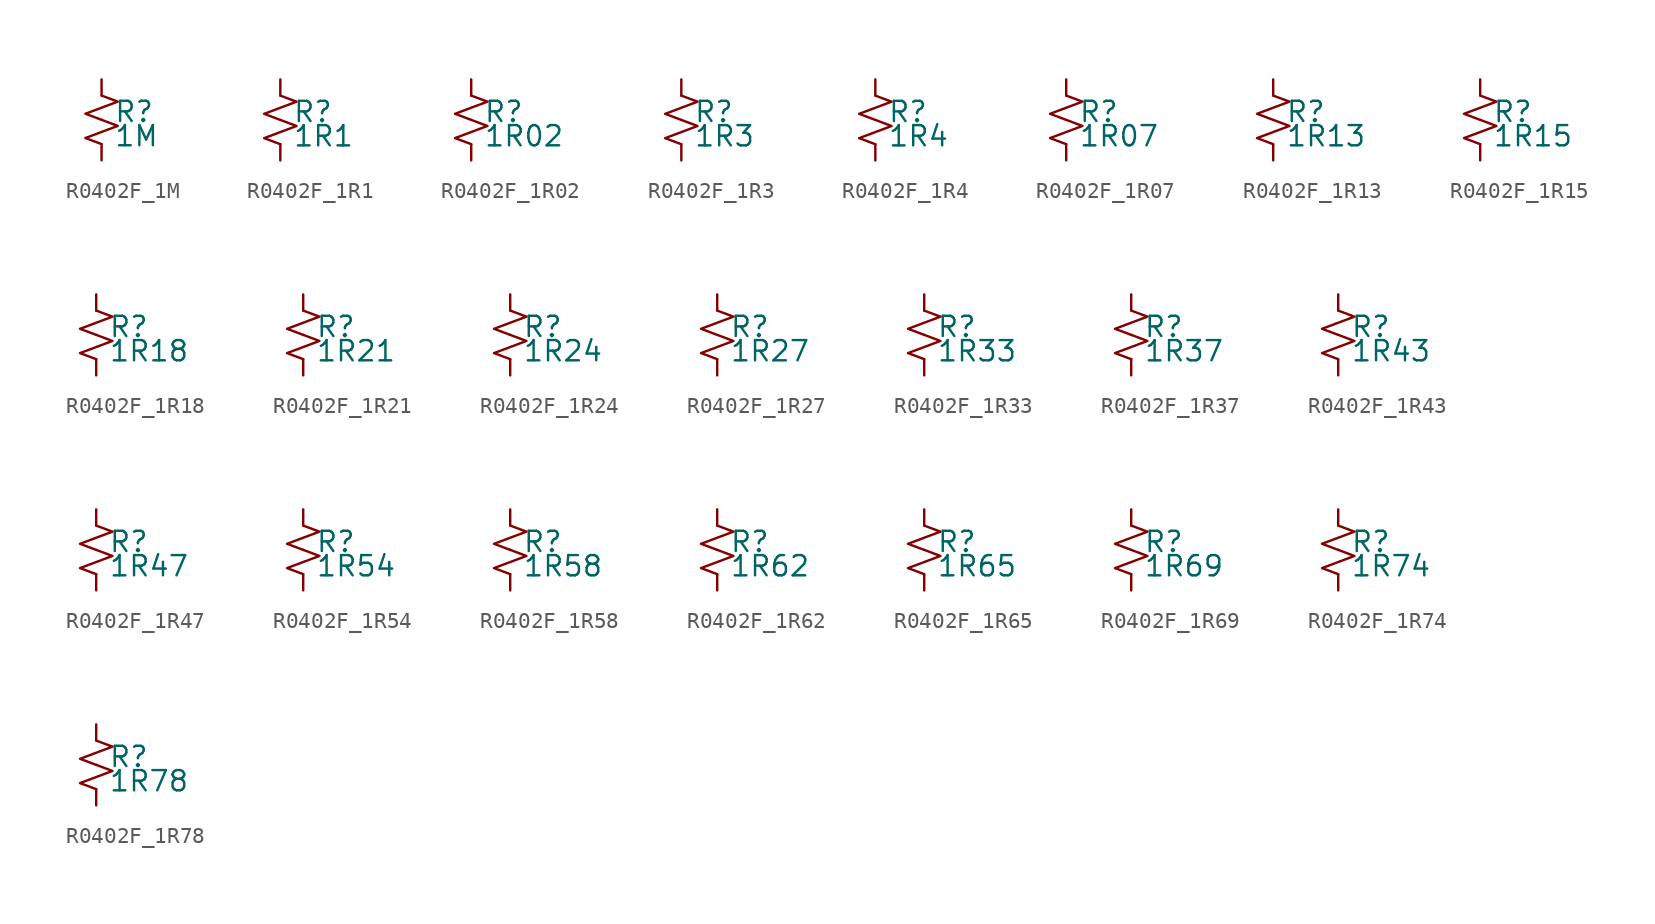
<source format=kicad_sym>
(kicad_symbol_lib
  (version 20220914)
  (generator kicad_symbol_editor)
  (symbol "R0402F_1M"
    (pin_numbers hide)
    (pin_names
      (offset 0.254) hide)
    (property "Reference" "R"
      (at 0.762 0.508 0)
      (effects (font (size 1.27 1.27)) (justify left)))
    (property "Value" "1M"
      (at 0.762 -1.016 0)
      (effects (font (size 1.27 1.27)) (justify left)))
    (symbol "R0402F_1M_1_1"
      (polyline (pts (xy 0 0) (xy 1.016 -0.381) (xy 0 -0.762) (xy -1.016 -1.143) (xy 0 -1.524)) (stroke (width 0) (type default)) (fill (type none)))
      (polyline (pts (xy 0 1.524) (xy 1.016 1.143) (xy 0 0.762) (xy -1.016 0.381) (xy 0 0)) (stroke (width 0) (type default)) (fill (type none)))
      (pin passive line (at 0 2.54 270) (length 1.016) (name "~" (effects (font (size 1.27 1.27)))) (number "1" (effects (font (size 1.27 1.27)))))
      (pin passive line (at 0 -2.54 90) (length 1.016) (name "~" (effects (font (size 1.27 1.27)))) (number "2" (effects (font (size 1.27 1.27)))))))
  (symbol "R0402F_1R1"
    (pin_numbers hide)
    (pin_names
      (offset 0.254) hide)
    (property "Reference" "R"
      (at 0.762 0.508 0)
      (effects (font (size 1.27 1.27)) (justify left)))
    (property "Value" "1R1"
      (at 0.762 -1.016 0)
      (effects (font (size 1.27 1.27)) (justify left)))
    (symbol "R0402F_1R1_1_1"
      (polyline (pts (xy 0 0) (xy 1.016 -0.381) (xy 0 -0.762) (xy -1.016 -1.143) (xy 0 -1.524)) (stroke (width 0) (type default)) (fill (type none)))
      (polyline (pts (xy 0 1.524) (xy 1.016 1.143) (xy 0 0.762) (xy -1.016 0.381) (xy 0 0)) (stroke (width 0) (type default)) (fill (type none)))
      (pin passive line (at 0 2.54 270) (length 1.016) (name "~" (effects (font (size 1.27 1.27)))) (number "1" (effects (font (size 1.27 1.27)))))
      (pin passive line (at 0 -2.54 90) (length 1.016) (name "~" (effects (font (size 1.27 1.27)))) (number "2" (effects (font (size 1.27 1.27)))))))
  (symbol "R0402F_1R02"
    (pin_numbers hide)
    (pin_names
      (offset 0.254) hide)
    (property "Reference" "R"
      (at 0.762 0.508 0)
      (effects (font (size 1.27 1.27)) (justify left)))
    (property "Value" "1R02"
      (at 0.762 -1.016 0)
      (effects (font (size 1.27 1.27)) (justify left)))
    (symbol "R0402F_1R02_1_1"
      (polyline (pts (xy 0 0) (xy 1.016 -0.381) (xy 0 -0.762) (xy -1.016 -1.143) (xy 0 -1.524)) (stroke (width 0) (type default)) (fill (type none)))
      (polyline (pts (xy 0 1.524) (xy 1.016 1.143) (xy 0 0.762) (xy -1.016 0.381) (xy 0 0)) (stroke (width 0) (type default)) (fill (type none)))
      (pin passive line (at 0 2.54 270) (length 1.016) (name "~" (effects (font (size 1.27 1.27)))) (number "1" (effects (font (size 1.27 1.27)))))
      (pin passive line (at 0 -2.54 90) (length 1.016) (name "~" (effects (font (size 1.27 1.27)))) (number "2" (effects (font (size 1.27 1.27)))))))
  (symbol "R0402F_1R3"
    (pin_numbers hide)
    (pin_names
      (offset 0.254) hide)
    (property "Reference" "R"
      (at 0.762 0.508 0)
      (effects (font (size 1.27 1.27)) (justify left)))
    (property "Value" "1R3"
      (at 0.762 -1.016 0)
      (effects (font (size 1.27 1.27)) (justify left)))
    (symbol "R0402F_1R3_1_1"
      (polyline (pts (xy 0 0) (xy 1.016 -0.381) (xy 0 -0.762) (xy -1.016 -1.143) (xy 0 -1.524)) (stroke (width 0) (type default)) (fill (type none)))
      (polyline (pts (xy 0 1.524) (xy 1.016 1.143) (xy 0 0.762) (xy -1.016 0.381) (xy 0 0)) (stroke (width 0) (type default)) (fill (type none)))
      (pin passive line (at 0 2.54 270) (length 1.016) (name "~" (effects (font (size 1.27 1.27)))) (number "1" (effects (font (size 1.27 1.27)))))
      (pin passive line (at 0 -2.54 90) (length 1.016) (name "~" (effects (font (size 1.27 1.27)))) (number "2" (effects (font (size 1.27 1.27)))))))
  (symbol "R0402F_1R4"
    (pin_numbers hide)
    (pin_names
      (offset 0.254) hide)
    (property "Reference" "R"
      (at 0.762 0.508 0)
      (effects (font (size 1.27 1.27)) (justify left)))
    (property "Value" "1R4"
      (at 0.762 -1.016 0)
      (effects (font (size 1.27 1.27)) (justify left)))
    (symbol "R0402F_1R4_1_1"
      (polyline (pts (xy 0 0) (xy 1.016 -0.381) (xy 0 -0.762) (xy -1.016 -1.143) (xy 0 -1.524)) (stroke (width 0) (type default)) (fill (type none)))
      (polyline (pts (xy 0 1.524) (xy 1.016 1.143) (xy 0 0.762) (xy -1.016 0.381) (xy 0 0)) (stroke (width 0) (type default)) (fill (type none)))
      (pin passive line (at 0 2.54 270) (length 1.016) (name "~" (effects (font (size 1.27 1.27)))) (number "1" (effects (font (size 1.27 1.27)))))
      (pin passive line (at 0 -2.54 90) (length 1.016) (name "~" (effects (font (size 1.27 1.27)))) (number "2" (effects (font (size 1.27 1.27)))))))
  (symbol "R0402F_1R07"
    (pin_numbers hide)
    (pin_names
      (offset 0.254) hide)
    (property "Reference" "R"
      (at 0.762 0.508 0)
      (effects (font (size 1.27 1.27)) (justify left)))
    (property "Value" "1R07"
      (at 0.762 -1.016 0)
      (effects (font (size 1.27 1.27)) (justify left)))
    (symbol "R0402F_1R07_1_1"
      (polyline (pts (xy 0 0) (xy 1.016 -0.381) (xy 0 -0.762) (xy -1.016 -1.143) (xy 0 -1.524)) (stroke (width 0) (type default)) (fill (type none)))
      (polyline (pts (xy 0 1.524) (xy 1.016 1.143) (xy 0 0.762) (xy -1.016 0.381) (xy 0 0)) (stroke (width 0) (type default)) (fill (type none)))
      (pin passive line (at 0 2.54 270) (length 1.016) (name "~" (effects (font (size 1.27 1.27)))) (number "1" (effects (font (size 1.27 1.27)))))
      (pin passive line (at 0 -2.54 90) (length 1.016) (name "~" (effects (font (size 1.27 1.27)))) (number "2" (effects (font (size 1.27 1.27)))))))
  (symbol "R0402F_1R13"
    (pin_numbers hide)
    (pin_names
      (offset 0.254) hide)
    (property "Reference" "R"
      (at 0.762 0.508 0)
      (effects (font (size 1.27 1.27)) (justify left)))
    (property "Value" "1R13"
      (at 0.762 -1.016 0)
      (effects (font (size 1.27 1.27)) (justify left)))
    (symbol "R0402F_1R13_1_1"
      (polyline (pts (xy 0 0) (xy 1.016 -0.381) (xy 0 -0.762) (xy -1.016 -1.143) (xy 0 -1.524)) (stroke (width 0) (type default)) (fill (type none)))
      (polyline (pts (xy 0 1.524) (xy 1.016 1.143) (xy 0 0.762) (xy -1.016 0.381) (xy 0 0)) (stroke (width 0) (type default)) (fill (type none)))
      (pin passive line (at 0 2.54 270) (length 1.016) (name "~" (effects (font (size 1.27 1.27)))) (number "1" (effects (font (size 1.27 1.27)))))
      (pin passive line (at 0 -2.54 90) (length 1.016) (name "~" (effects (font (size 1.27 1.27)))) (number "2" (effects (font (size 1.27 1.27)))))))
  (symbol "R0402F_1R15"
    (pin_numbers hide)
    (pin_names
      (offset 0.254) hide)
    (property "Reference" "R"
      (at 0.762 0.508 0)
      (effects (font (size 1.27 1.27)) (justify left)))
    (property "Value" "1R15"
      (at 0.762 -1.016 0)
      (effects (font (size 1.27 1.27)) (justify left)))
    (symbol "R0402F_1R15_1_1"
      (polyline (pts (xy 0 0) (xy 1.016 -0.381) (xy 0 -0.762) (xy -1.016 -1.143) (xy 0 -1.524)) (stroke (width 0) (type default)) (fill (type none)))
      (polyline (pts (xy 0 1.524) (xy 1.016 1.143) (xy 0 0.762) (xy -1.016 0.381) (xy 0 0)) (stroke (width 0) (type default)) (fill (type none)))
      (pin passive line (at 0 2.54 270) (length 1.016) (name "~" (effects (font (size 1.27 1.27)))) (number "1" (effects (font (size 1.27 1.27)))))
      (pin passive line (at 0 -2.54 90) (length 1.016) (name "~" (effects (font (size 1.27 1.27)))) (number "2" (effects (font (size 1.27 1.27)))))))
  (symbol "R0402F_1R18"
    (pin_numbers hide)
    (pin_names
      (offset 0.254) hide)
    (property "Reference" "R"
      (at 0.762 0.508 0)
      (effects (font (size 1.27 1.27)) (justify left)))
    (property "Value" "1R18"
      (at 0.762 -1.016 0)
      (effects (font (size 1.27 1.27)) (justify left)))
    (symbol "R0402F_1R18_1_1"
      (polyline (pts (xy 0 0) (xy 1.016 -0.381) (xy 0 -0.762) (xy -1.016 -1.143) (xy 0 -1.524)) (stroke (width 0) (type default)) (fill (type none)))
      (polyline (pts (xy 0 1.524) (xy 1.016 1.143) (xy 0 0.762) (xy -1.016 0.381) (xy 0 0)) (stroke (width 0) (type default)) (fill (type none)))
      (pin passive line (at 0 2.54 270) (length 1.016) (name "~" (effects (font (size 1.27 1.27)))) (number "1" (effects (font (size 1.27 1.27)))))
      (pin passive line (at 0 -2.54 90) (length 1.016) (name "~" (effects (font (size 1.27 1.27)))) (number "2" (effects (font (size 1.27 1.27)))))))
  (symbol "R0402F_1R21"
    (pin_numbers hide)
    (pin_names
      (offset 0.254) hide)
    (property "Reference" "R"
      (at 0.762 0.508 0)
      (effects (font (size 1.27 1.27)) (justify left)))
    (property "Value" "1R21"
      (at 0.762 -1.016 0)
      (effects (font (size 1.27 1.27)) (justify left)))
    (symbol "R0402F_1R21_1_1"
      (polyline (pts (xy 0 0) (xy 1.016 -0.381) (xy 0 -0.762) (xy -1.016 -1.143) (xy 0 -1.524)) (stroke (width 0) (type default)) (fill (type none)))
      (polyline (pts (xy 0 1.524) (xy 1.016 1.143) (xy 0 0.762) (xy -1.016 0.381) (xy 0 0)) (stroke (width 0) (type default)) (fill (type none)))
      (pin passive line (at 0 2.54 270) (length 1.016) (name "~" (effects (font (size 1.27 1.27)))) (number "1" (effects (font (size 1.27 1.27)))))
      (pin passive line (at 0 -2.54 90) (length 1.016) (name "~" (effects (font (size 1.27 1.27)))) (number "2" (effects (font (size 1.27 1.27)))))))
  (symbol "R0402F_1R24"
    (pin_numbers hide)
    (pin_names
      (offset 0.254) hide)
    (property "Reference" "R"
      (at 0.762 0.508 0)
      (effects (font (size 1.27 1.27)) (justify left)))
    (property "Value" "1R24"
      (at 0.762 -1.016 0)
      (effects (font (size 1.27 1.27)) (justify left)))
    (symbol "R0402F_1R24_1_1"
      (polyline (pts (xy 0 0) (xy 1.016 -0.381) (xy 0 -0.762) (xy -1.016 -1.143) (xy 0 -1.524)) (stroke (width 0) (type default)) (fill (type none)))
      (polyline (pts (xy 0 1.524) (xy 1.016 1.143) (xy 0 0.762) (xy -1.016 0.381) (xy 0 0)) (stroke (width 0) (type default)) (fill (type none)))
      (pin passive line (at 0 2.54 270) (length 1.016) (name "~" (effects (font (size 1.27 1.27)))) (number "1" (effects (font (size 1.27 1.27)))))
      (pin passive line (at 0 -2.54 90) (length 1.016) (name "~" (effects (font (size 1.27 1.27)))) (number "2" (effects (font (size 1.27 1.27)))))))
  (symbol "R0402F_1R27"
    (pin_numbers hide)
    (pin_names
      (offset 0.254) hide)
    (property "Reference" "R"
      (at 0.762 0.508 0)
      (effects (font (size 1.27 1.27)) (justify left)))
    (property "Value" "1R27"
      (at 0.762 -1.016 0)
      (effects (font (size 1.27 1.27)) (justify left)))
    (symbol "R0402F_1R27_1_1"
      (polyline (pts (xy 0 0) (xy 1.016 -0.381) (xy 0 -0.762) (xy -1.016 -1.143) (xy 0 -1.524)) (stroke (width 0) (type default)) (fill (type none)))
      (polyline (pts (xy 0 1.524) (xy 1.016 1.143) (xy 0 0.762) (xy -1.016 0.381) (xy 0 0)) (stroke (width 0) (type default)) (fill (type none)))
      (pin passive line (at 0 2.54 270) (length 1.016) (name "~" (effects (font (size 1.27 1.27)))) (number "1" (effects (font (size 1.27 1.27)))))
      (pin passive line (at 0 -2.54 90) (length 1.016) (name "~" (effects (font (size 1.27 1.27)))) (number "2" (effects (font (size 1.27 1.27)))))))
  (symbol "R0402F_1R33"
    (pin_numbers hide)
    (pin_names
      (offset 0.254) hide)
    (property "Reference" "R"
      (at 0.762 0.508 0)
      (effects (font (size 1.27 1.27)) (justify left)))
    (property "Value" "1R33"
      (at 0.762 -1.016 0)
      (effects (font (size 1.27 1.27)) (justify left)))
    (symbol "R0402F_1R33_1_1"
      (polyline (pts (xy 0 0) (xy 1.016 -0.381) (xy 0 -0.762) (xy -1.016 -1.143) (xy 0 -1.524)) (stroke (width 0) (type default)) (fill (type none)))
      (polyline (pts (xy 0 1.524) (xy 1.016 1.143) (xy 0 0.762) (xy -1.016 0.381) (xy 0 0)) (stroke (width 0) (type default)) (fill (type none)))
      (pin passive line (at 0 2.54 270) (length 1.016) (name "~" (effects (font (size 1.27 1.27)))) (number "1" (effects (font (size 1.27 1.27)))))
      (pin passive line (at 0 -2.54 90) (length 1.016) (name "~" (effects (font (size 1.27 1.27)))) (number "2" (effects (font (size 1.27 1.27)))))))
  (symbol "R0402F_1R37"
    (pin_numbers hide)
    (pin_names
      (offset 0.254) hide)
    (property "Reference" "R"
      (at 0.762 0.508 0)
      (effects (font (size 1.27 1.27)) (justify left)))
    (property "Value" "1R37"
      (at 0.762 -1.016 0)
      (effects (font (size 1.27 1.27)) (justify left)))
    (symbol "R0402F_1R37_1_1"
      (polyline (pts (xy 0 0) (xy 1.016 -0.381) (xy 0 -0.762) (xy -1.016 -1.143) (xy 0 -1.524)) (stroke (width 0) (type default)) (fill (type none)))
      (polyline (pts (xy 0 1.524) (xy 1.016 1.143) (xy 0 0.762) (xy -1.016 0.381) (xy 0 0)) (stroke (width 0) (type default)) (fill (type none)))
      (pin passive line (at 0 2.54 270) (length 1.016) (name "~" (effects (font (size 1.27 1.27)))) (number "1" (effects (font (size 1.27 1.27)))))
      (pin passive line (at 0 -2.54 90) (length 1.016) (name "~" (effects (font (size 1.27 1.27)))) (number "2" (effects (font (size 1.27 1.27)))))))
  (symbol "R0402F_1R43"
    (pin_numbers hide)
    (pin_names
      (offset 0.254) hide)
    (property "Reference" "R"
      (at 0.762 0.508 0)
      (effects (font (size 1.27 1.27)) (justify left)))
    (property "Value" "1R43"
      (at 0.762 -1.016 0)
      (effects (font (size 1.27 1.27)) (justify left)))
    (symbol "R0402F_1R43_1_1"
      (polyline (pts (xy 0 0) (xy 1.016 -0.381) (xy 0 -0.762) (xy -1.016 -1.143) (xy 0 -1.524)) (stroke (width 0) (type default)) (fill (type none)))
      (polyline (pts (xy 0 1.524) (xy 1.016 1.143) (xy 0 0.762) (xy -1.016 0.381) (xy 0 0)) (stroke (width 0) (type default)) (fill (type none)))
      (pin passive line (at 0 2.54 270) (length 1.016) (name "~" (effects (font (size 1.27 1.27)))) (number "1" (effects (font (size 1.27 1.27)))))
      (pin passive line (at 0 -2.54 90) (length 1.016) (name "~" (effects (font (size 1.27 1.27)))) (number "2" (effects (font (size 1.27 1.27)))))))
  (symbol "R0402F_1R47"
    (pin_numbers hide)
    (pin_names
      (offset 0.254) hide)
    (property "Reference" "R"
      (at 0.762 0.508 0)
      (effects (font (size 1.27 1.27)) (justify left)))
    (property "Value" "1R47"
      (at 0.762 -1.016 0)
      (effects (font (size 1.27 1.27)) (justify left)))
    (symbol "R0402F_1R47_1_1"
      (polyline (pts (xy 0 0) (xy 1.016 -0.381) (xy 0 -0.762) (xy -1.016 -1.143) (xy 0 -1.524)) (stroke (width 0) (type default)) (fill (type none)))
      (polyline (pts (xy 0 1.524) (xy 1.016 1.143) (xy 0 0.762) (xy -1.016 0.381) (xy 0 0)) (stroke (width 0) (type default)) (fill (type none)))
      (pin passive line (at 0 2.54 270) (length 1.016) (name "~" (effects (font (size 1.27 1.27)))) (number "1" (effects (font (size 1.27 1.27)))))
      (pin passive line (at 0 -2.54 90) (length 1.016) (name "~" (effects (font (size 1.27 1.27)))) (number "2" (effects (font (size 1.27 1.27)))))))
  (symbol "R0402F_1R54"
    (pin_numbers hide)
    (pin_names
      (offset 0.254) hide)
    (property "Reference" "R"
      (at 0.762 0.508 0)
      (effects (font (size 1.27 1.27)) (justify left)))
    (property "Value" "1R54"
      (at 0.762 -1.016 0)
      (effects (font (size 1.27 1.27)) (justify left)))
    (symbol "R0402F_1R54_1_1"
      (polyline (pts (xy 0 0) (xy 1.016 -0.381) (xy 0 -0.762) (xy -1.016 -1.143) (xy 0 -1.524)) (stroke (width 0) (type default)) (fill (type none)))
      (polyline (pts (xy 0 1.524) (xy 1.016 1.143) (xy 0 0.762) (xy -1.016 0.381) (xy 0 0)) (stroke (width 0) (type default)) (fill (type none)))
      (pin passive line (at 0 2.54 270) (length 1.016) (name "~" (effects (font (size 1.27 1.27)))) (number "1" (effects (font (size 1.27 1.27)))))
      (pin passive line (at 0 -2.54 90) (length 1.016) (name "~" (effects (font (size 1.27 1.27)))) (number "2" (effects (font (size 1.27 1.27)))))))
  (symbol "R0402F_1R58"
    (pin_numbers hide)
    (pin_names
      (offset 0.254) hide)
    (property "Reference" "R"
      (at 0.762 0.508 0)
      (effects (font (size 1.27 1.27)) (justify left)))
    (property "Value" "1R58"
      (at 0.762 -1.016 0)
      (effects (font (size 1.27 1.27)) (justify left)))
    (symbol "R0402F_1R58_1_1"
      (polyline (pts (xy 0 0) (xy 1.016 -0.381) (xy 0 -0.762) (xy -1.016 -1.143) (xy 0 -1.524)) (stroke (width 0) (type default)) (fill (type none)))
      (polyline (pts (xy 0 1.524) (xy 1.016 1.143) (xy 0 0.762) (xy -1.016 0.381) (xy 0 0)) (stroke (width 0) (type default)) (fill (type none)))
      (pin passive line (at 0 2.54 270) (length 1.016) (name "~" (effects (font (size 1.27 1.27)))) (number "1" (effects (font (size 1.27 1.27)))))
      (pin passive line (at 0 -2.54 90) (length 1.016) (name "~" (effects (font (size 1.27 1.27)))) (number "2" (effects (font (size 1.27 1.27)))))))
  (symbol "R0402F_1R62"
    (pin_numbers hide)
    (pin_names
      (offset 0.254) hide)
    (property "Reference" "R"
      (at 0.762 0.508 0)
      (effects (font (size 1.27 1.27)) (justify left)))
    (property "Value" "1R62"
      (at 0.762 -1.016 0)
      (effects (font (size 1.27 1.27)) (justify left)))
    (symbol "R0402F_1R62_1_1"
      (polyline (pts (xy 0 0) (xy 1.016 -0.381) (xy 0 -0.762) (xy -1.016 -1.143) (xy 0 -1.524)) (stroke (width 0) (type default)) (fill (type none)))
      (polyline (pts (xy 0 1.524) (xy 1.016 1.143) (xy 0 0.762) (xy -1.016 0.381) (xy 0 0)) (stroke (width 0) (type default)) (fill (type none)))
      (pin passive line (at 0 2.54 270) (length 1.016) (name "~" (effects (font (size 1.27 1.27)))) (number "1" (effects (font (size 1.27 1.27)))))
      (pin passive line (at 0 -2.54 90) (length 1.016) (name "~" (effects (font (size 1.27 1.27)))) (number "2" (effects (font (size 1.27 1.27)))))))
  (symbol "R0402F_1R65"
    (pin_numbers hide)
    (pin_names
      (offset 0.254) hide)
    (property "Reference" "R"
      (at 0.762 0.508 0)
      (effects (font (size 1.27 1.27)) (justify left)))
    (property "Value" "1R65"
      (at 0.762 -1.016 0)
      (effects (font (size 1.27 1.27)) (justify left)))
    (symbol "R0402F_1R65_1_1"
      (polyline (pts (xy 0 0) (xy 1.016 -0.381) (xy 0 -0.762) (xy -1.016 -1.143) (xy 0 -1.524)) (stroke (width 0) (type default)) (fill (type none)))
      (polyline (pts (xy 0 1.524) (xy 1.016 1.143) (xy 0 0.762) (xy -1.016 0.381) (xy 0 0)) (stroke (width 0) (type default)) (fill (type none)))
      (pin passive line (at 0 2.54 270) (length 1.016) (name "~" (effects (font (size 1.27 1.27)))) (number "1" (effects (font (size 1.27 1.27)))))
      (pin passive line (at 0 -2.54 90) (length 1.016) (name "~" (effects (font (size 1.27 1.27)))) (number "2" (effects (font (size 1.27 1.27)))))))
  (symbol "R0402F_1R69"
    (pin_numbers hide)
    (pin_names
      (offset 0.254) hide)
    (property "Reference" "R"
      (at 0.762 0.508 0)
      (effects (font (size 1.27 1.27)) (justify left)))
    (property "Value" "1R69"
      (at 0.762 -1.016 0)
      (effects (font (size 1.27 1.27)) (justify left)))
    (symbol "R0402F_1R69_1_1"
      (polyline (pts (xy 0 0) (xy 1.016 -0.381) (xy 0 -0.762) (xy -1.016 -1.143) (xy 0 -1.524)) (stroke (width 0) (type default)) (fill (type none)))
      (polyline (pts (xy 0 1.524) (xy 1.016 1.143) (xy 0 0.762) (xy -1.016 0.381) (xy 0 0)) (stroke (width 0) (type default)) (fill (type none)))
      (pin passive line (at 0 2.54 270) (length 1.016) (name "~" (effects (font (size 1.27 1.27)))) (number "1" (effects (font (size 1.27 1.27)))))
      (pin passive line (at 0 -2.54 90) (length 1.016) (name "~" (effects (font (size 1.27 1.27)))) (number "2" (effects (font (size 1.27 1.27)))))))
  (symbol "R0402F_1R74"
    (pin_numbers hide)
    (pin_names
      (offset 0.254) hide)
    (property "Reference" "R"
      (at 0.762 0.508 0)
      (effects (font (size 1.27 1.27)) (justify left)))
    (property "Value" "1R74"
      (at 0.762 -1.016 0)
      (effects (font (size 1.27 1.27)) (justify left)))
    (symbol "R0402F_1R74_1_1"
      (polyline (pts (xy 0 0) (xy 1.016 -0.381) (xy 0 -0.762) (xy -1.016 -1.143) (xy 0 -1.524)) (stroke (width 0) (type default)) (fill (type none)))
      (polyline (pts (xy 0 1.524) (xy 1.016 1.143) (xy 0 0.762) (xy -1.016 0.381) (xy 0 0)) (stroke (width 0) (type default)) (fill (type none)))
      (pin passive line (at 0 2.54 270) (length 1.016) (name "~" (effects (font (size 1.27 1.27)))) (number "1" (effects (font (size 1.27 1.27)))))
      (pin passive line (at 0 -2.54 90) (length 1.016) (name "~" (effects (font (size 1.27 1.27)))) (number "2" (effects (font (size 1.27 1.27)))))))
  (symbol "R0402F_1R78"
    (pin_numbers hide)
    (pin_names
      (offset 0.254) hide)
    (property "Reference" "R"
      (at 0.762 0.508 0)
      (effects (font (size 1.27 1.27)) (justify left)))
    (property "Value" "1R78"
      (at 0.762 -1.016 0)
      (effects (font (size 1.27 1.27)) (justify left)))
    (symbol "R0402F_1R78_1_1"
      (polyline (pts (xy 0 0) (xy 1.016 -0.381) (xy 0 -0.762) (xy -1.016 -1.143) (xy 0 -1.524)) (stroke (width 0) (type default)) (fill (type none)))
      (polyline (pts (xy 0 1.524) (xy 1.016 1.143) (xy 0 0.762) (xy -1.016 0.381) (xy 0 0)) (stroke (width 0) (type default)) (fill (type none)))
      (pin passive line (at 0 2.54 270) (length 1.016) (name "~" (effects (font (size 1.27 1.27)))) (number "1" (effects (font (size 1.27 1.27)))))
      (pin passive line (at 0 -2.54 90) (length 1.016) (name "~" (effects (font (size 1.27 1.27)))) (number "2" (effects (font (size 1.27 1.27))))))))
</source>
